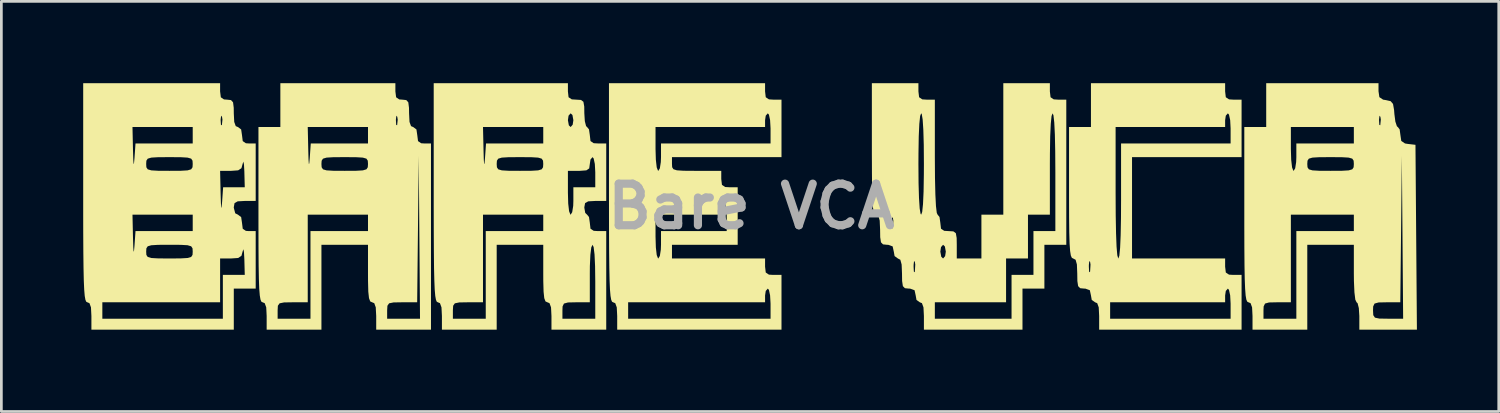
<source format=kicad_pcb>
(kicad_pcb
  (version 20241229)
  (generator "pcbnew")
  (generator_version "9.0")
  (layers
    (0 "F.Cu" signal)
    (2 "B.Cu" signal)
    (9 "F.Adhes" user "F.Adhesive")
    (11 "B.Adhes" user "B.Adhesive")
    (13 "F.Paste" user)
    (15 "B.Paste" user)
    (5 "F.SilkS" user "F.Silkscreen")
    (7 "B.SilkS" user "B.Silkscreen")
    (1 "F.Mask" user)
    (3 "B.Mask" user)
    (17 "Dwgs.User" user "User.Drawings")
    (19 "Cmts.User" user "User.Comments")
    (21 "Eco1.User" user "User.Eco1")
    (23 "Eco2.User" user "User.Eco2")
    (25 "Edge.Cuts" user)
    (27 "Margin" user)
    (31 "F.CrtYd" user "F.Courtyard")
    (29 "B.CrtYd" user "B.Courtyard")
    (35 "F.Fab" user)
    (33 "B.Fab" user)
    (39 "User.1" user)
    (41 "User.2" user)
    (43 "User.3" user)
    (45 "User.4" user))
  (footprint "Bare VCA"
    (layer "F.Cu")
    (at 24.496 4.518)
    (property "Reference" "Bare VCA" (at 0 0 0) (layer "F.Fab") (effects (font (size 1.524 1.524) (thickness 0.3))))
    (attr board_only exclude_from_pos_files exclude_from_bom)
    (fp_poly (pts (xy 17.368 -4.217) (xy 17.393 -4.003) (xy 17.511 -3.925) (xy 17.67 -3.915) (xy 17.971 -3.915) (xy 17.971 -1.807) (xy 13.955 -1.807) (xy 13.955 1.908) (xy 17.368 1.908) (xy 17.368 2.209) (xy 17.393 2.422) (xy 17.511 2.501) (xy 17.67 2.51) (xy 17.971 2.51) (xy 17.971 4.518) (xy 12.75 4.518) (xy 12.75 4.016) (xy 12.734 3.7) (xy 12.678 3.546) (xy 12.6 3.514) (xy 13.152 3.514) (xy 13.152 4.116) (xy 17.569 4.116) (xy 17.569 3.564) (xy 17.553 3.262) (xy 17.51 3.061) (xy 17.469 3.012) (xy 17.393 3.098) (xy 17.368 3.263) (xy 17.368 3.514) (xy 13.152 3.514) (xy 12.6 3.514) (xy 12.478 3.427) (xy 12.449 3.263) (xy 12.408 3.072) (xy 12.244 3.013) (xy 12.198 3.012) (xy 12.054 2.998) (xy 11.979 2.922) (xy 11.951 2.735) (xy 11.947 2.46) (xy 11.937 2.209) (xy 12.372 2.209) (xy 12.382 2.391) (xy 12.408 2.413) (xy 12.418 2.384) (xy 12.433 2.13) (xy 12.418 2.033) (xy 12.389 2.002) (xy 12.373 2.141) (xy 12.372 2.209) (xy 11.937 2.209) (xy 11.934 2.127) (xy 11.886 1.955) (xy 11.796 1.908) (xy 11.749 1.884) (xy 11.712 1.8) (xy 11.685 1.633) (xy 11.666 1.359) (xy 11.654 0.956) (xy 11.648 0.403) (xy 11.646 -0.324) (xy 11.646 -0.502) (xy 11.646 -2.911) (xy 12.449 -2.911) (xy 13.353 -2.911) (xy 13.353 -0.502) (xy 13.357 0.325) (xy 13.369 0.988) (xy 13.388 1.479) (xy 13.415 1.788) (xy 13.449 1.907) (xy 13.453 1.908) (xy 13.489 1.809) (xy 13.518 1.521) (xy 13.538 1.054) (xy 13.55 0.419) (xy 13.553 -0.201) (xy 13.553 -2.309) (xy 17.569 -2.309) (xy 17.569 -2.861) (xy 17.553 -3.164) (xy 17.51 -3.364) (xy 17.469 -3.413) (xy 17.393 -3.328) (xy 17.368 -3.162) (xy 17.368 -2.911) (xy 13.353 -2.911) (xy 12.449 -2.911) (xy 12.449 -4.518) (xy 17.368 -4.518)) (stroke (width 0) (type solid)) (fill yes) (layer "F.SilkS"))
    (fp_poly (pts (xy 0.502 -4.217) (xy 0.527 -4.003) (xy 0.644 -3.925) (xy 0.803 -3.915) (xy 1.104 -3.915) (xy 1.104 -1.807) (xy -2.911 -1.807) (xy -2.911 -1.556) (xy -2.904 -1.437) (xy -2.857 -1.364) (xy -2.731 -1.324) (xy -2.487 -1.308) (xy -2.088 -1.305) (xy -2.008 -1.305) (xy -1.104 -1.305) (xy -1.104 -1.004) (xy -1.079 -0.791) (xy -0.962 -0.712) (xy -0.803 -0.703) (xy -0.502 -0.703) (xy -0.502 1.406) (xy -2.911 1.406) (xy -2.911 1.908) (xy 0.502 1.908) (xy 0.502 2.209) (xy 0.527 2.422) (xy 0.644 2.501) (xy 0.803 2.51) (xy 1.104 2.51) (xy 1.104 4.518) (xy -4.919 4.518) (xy -4.919 4.016) (xy -4.935 3.7) (xy -4.991 3.546) (xy -5.07 3.514) (xy -4.518 3.514) (xy -4.518 4.116) (xy 0.703 4.116) (xy 0.703 3.564) (xy 0.686 3.262) (xy 0.644 3.061) (xy 0.602 3.012) (xy 0.527 3.098) (xy 0.502 3.263) (xy 0.502 3.514) (xy -4.518 3.514) (xy -5.07 3.514) (xy -5.108 3.494) (xy -5.139 3.421) (xy -5.164 3.28) (xy -5.184 3.05) (xy -5.198 2.716) (xy -5.208 2.26) (xy -5.215 1.664) (xy -5.219 0.909) (xy -5.22 0.301) (xy -3.514 0.301) (xy -3.514 1.104) (xy -3.502 1.502) (xy -3.47 1.782) (xy -3.422 1.905) (xy -3.413 1.908) (xy -3.356 1.817) (xy -3.32 1.586) (xy -3.313 1.406) (xy -3.313 0.904) (xy -0.904 0.904) (xy -0.904 0.351) (xy -0.92 0.049) (xy -0.963 -0.152) (xy -1.004 -0.201) (xy -1.079 -0.115) (xy -1.104 0.05) (xy -1.104 0.301) (xy -3.514 0.301) (xy -5.22 0.301) (xy -5.22 -0.02) (xy -5.221 -0.502) (xy -5.221 -2.911) (xy -3.514 -2.911) (xy -3.514 -2.108) (xy -3.502 -1.711) (xy -3.47 -1.431) (xy -3.422 -1.308) (xy -3.413 -1.305) (xy -3.356 -1.395) (xy -3.32 -1.626) (xy -3.313 -1.807) (xy -3.313 -2.309) (xy 0.703 -2.309) (xy 0.703 -2.861) (xy 0.686 -3.164) (xy 0.644 -3.364) (xy 0.602 -3.413) (xy 0.527 -3.328) (xy 0.502 -3.162) (xy 0.502 -2.911) (xy -3.514 -2.911) (xy -5.221 -2.911) (xy -5.221 -4.518) (xy 0.502 -4.518)) (stroke (width 0) (type solid)) (fill yes) (layer "F.SilkS"))
    (fp_poly (pts (xy -13.051 -4.217) (xy -13.024 -4.001) (xy -12.91 -3.923) (xy -12.8 -3.915) (xy -12.651 -3.899) (xy -12.577 -3.816) (xy -12.552 -3.615) (xy -12.549 -3.413) (xy -12.533 -3.098) (xy -12.477 -2.944) (xy -12.399 -2.911) (xy -12.279 -2.822) (xy -12.248 -2.61) (xy -12.221 -2.395) (xy -12.106 -2.316) (xy -11.997 -2.309) (xy -11.746 -2.309) (xy -11.746 4.518) (xy -13.754 4.518) (xy -13.754 4.016) (xy -13.765 3.812) (xy -13.353 3.812) (xy -13.353 4.116) (xy -12.148 4.116) (xy -12.195 -1.857) (xy -12.223 0.828) (xy -12.252 3.514) (xy -12.802 3.514) (xy -13.117 3.519) (xy -13.281 3.552) (xy -13.343 3.641) (xy -13.353 3.812) (xy -13.765 3.812) (xy -13.77 3.7) (xy -13.826 3.546) (xy -13.905 3.514) (xy -13.974 3.482) (xy -14.018 3.363) (xy -14.044 3.126) (xy -14.054 2.737) (xy -14.055 2.46) (xy -14.055 1.406) (xy -15.762 1.406) (xy -15.762 4.518) (xy -17.77 4.518) (xy -17.77 4.016) (xy -17.78 3.81) (xy -17.368 3.81) (xy -17.368 4.116) (xy -16.164 4.116) (xy -16.164 0.904) (xy -14.055 0.904) (xy -14.055 0.301) (xy -16.264 0.301) (xy -16.264 3.514) (xy -16.816 3.514) (xy -17.132 3.519) (xy -17.296 3.552) (xy -17.359 3.64) (xy -17.368 3.81) (xy -17.78 3.81) (xy -17.786 3.7) (xy -17.842 3.546) (xy -17.921 3.514) (xy -17.963 3.493) (xy -17.996 3.416) (xy -18.022 3.264) (xy -18.042 3.017) (xy -18.055 2.656) (xy -18.064 2.16) (xy -18.069 1.511) (xy -18.071 0.689) (xy -18.071 0.301) (xy -18.071 -2.911) (xy -17.268 -2.911) (xy -16.264 -2.911) (xy -16.245 -2.083) (xy -16.235 -1.722) (xy -16.223 -1.556) (xy -16.223 -1.556) (xy -15.762 -1.556) (xy -15.754 -1.435) (xy -15.704 -1.36) (xy -15.572 -1.322) (xy -15.319 -1.307) (xy -14.909 -1.305) (xy -14.495 -1.307) (xy -14.243 -1.322) (xy -14.112 -1.361) (xy -14.063 -1.436) (xy -14.055 -1.556) (xy -14.063 -1.678) (xy -14.113 -1.752) (xy -14.245 -1.79) (xy -14.499 -1.805) (xy -14.909 -1.807) (xy -15.322 -1.805) (xy -15.574 -1.79) (xy -15.705 -1.751) (xy -15.754 -1.677) (xy -15.762 -1.556) (xy -16.223 -1.556) (xy -16.208 -1.578) (xy -16.19 -1.781) (xy -16.19 -1.782) (xy -16.153 -2.309) (xy -14.055 -2.309) (xy -14.055 -2.911) (xy -16.264 -2.911) (xy -17.268 -2.911) (xy -17.268 -3.162) (xy -13.032 -3.162) (xy -13.021 -2.991) (xy -12.99 -2.976) (xy -12.986 -2.985) (xy -12.966 -3.184) (xy -12.982 -3.286) (xy -13.014 -3.327) (xy -13.031 -3.194) (xy -13.032 -3.162) (xy -17.268 -3.162) (xy -17.268 -4.518) (xy -13.051 -4.518)) (stroke (width 0) (type solid)) (fill yes) (layer "F.SilkS"))
    (fp_poly (pts (xy 22.991 -4.223) (xy 23.023 -4.006) (xy 23.159 -3.915) (xy 23.267 -3.897) (xy 23.436 -3.859) (xy 23.523 -3.757) (xy 23.562 -3.535) (xy 23.573 -3.388) (xy 23.609 -3.11) (xy 23.666 -2.938) (xy 23.699 -2.911) (xy 23.766 -2.824) (xy 23.794 -2.617) (xy 23.826 -2.4) (xy 23.963 -2.308) (xy 24.07 -2.291) (xy 24.346 -2.259) (xy 24.399 4.518) (xy 22.288 4.518) (xy 22.288 4.016) (xy 22.275 3.815) (xy 22.79 3.815) (xy 22.799 3.987) (xy 22.86 4.077) (xy 23.021 4.111) (xy 23.333 4.116) (xy 23.342 4.116) (xy 23.894 4.116) (xy 23.847 -1.857) (xy 23.819 0.828) (xy 23.79 3.514) (xy 23.29 3.514) (xy 22.994 3.52) (xy 22.846 3.561) (xy 22.795 3.667) (xy 22.79 3.815) (xy 22.275 3.815) (xy 22.27 3.729) (xy 22.224 3.548) (xy 22.187 3.514) (xy 22.141 3.418) (xy 22.108 3.149) (xy 22.09 2.734) (xy 22.087 2.46) (xy 22.087 1.406) (xy 20.38 1.406) (xy 20.38 4.518) (xy 18.372 4.518) (xy 18.372 4.016) (xy 18.362 3.815) (xy 18.774 3.815) (xy 18.774 4.116) (xy 19.979 4.116) (xy 19.979 0.904) (xy 22.087 0.904) (xy 22.087 0.301) (xy 19.778 0.301) (xy 19.778 3.514) (xy 19.276 3.514) (xy 18.979 3.52) (xy 18.831 3.561) (xy 18.78 3.666) (xy 18.774 3.815) (xy 18.362 3.815) (xy 18.356 3.7) (xy 18.3 3.546) (xy 18.222 3.514) (xy 18.18 3.493) (xy 18.146 3.416) (xy 18.12 3.264) (xy 18.101 3.017) (xy 18.087 2.656) (xy 18.078 2.16) (xy 18.073 1.511) (xy 18.071 0.689) (xy 18.071 0.301) (xy 18.071 -2.911) (xy 18.874 -2.911) (xy 19.778 -2.911) (xy 19.778 -2.108) (xy 19.79 -1.711) (xy 19.822 -1.431) (xy 19.869 -1.308) (xy 19.878 -1.305) (xy 19.936 -1.395) (xy 19.961 -1.556) (xy 20.38 -1.556) (xy 20.388 -1.435) (xy 20.438 -1.36) (xy 20.57 -1.322) (xy 20.824 -1.307) (xy 21.234 -1.305) (xy 21.647 -1.307) (xy 21.899 -1.322) (xy 22.03 -1.361) (xy 22.079 -1.436) (xy 22.087 -1.556) (xy 22.079 -1.678) (xy 22.029 -1.752) (xy 21.897 -1.79) (xy 21.644 -1.805) (xy 21.234 -1.807) (xy 20.82 -1.805) (xy 20.568 -1.79) (xy 20.437 -1.751) (xy 20.388 -1.677) (xy 20.38 -1.556) (xy 19.961 -1.556) (xy 19.972 -1.626) (xy 19.979 -1.807) (xy 19.979 -2.309) (xy 22.087 -2.309) (xy 22.087 -2.911) (xy 19.778 -2.911) (xy 18.874 -2.911) (xy 18.874 -3.162) (xy 23.01 -3.162) (xy 23.021 -2.991) (xy 23.052 -2.976) (xy 23.056 -2.985) (xy 23.076 -3.184) (xy 23.06 -3.286) (xy 23.028 -3.327) (xy 23.011 -3.194) (xy 23.01 -3.162) (xy 18.874 -3.162) (xy 18.874 -4.518) (xy 22.991 -4.518)) (stroke (width 0) (type solid)) (fill yes) (layer "F.SilkS"))
    (fp_poly (pts (xy 6.124 -4.217) (xy 6.149 -4.003) (xy 6.266 -3.925) (xy 6.425 -3.915) (xy 6.726 -3.915) (xy 6.726 -1.807) (xy 6.731 -1.046) (xy 6.745 -0.444) (xy 6.767 -0.012) (xy 6.797 0.238) (xy 6.827 0.301) (xy 6.897 0.388) (xy 6.927 0.599) (xy 6.927 0.602) (xy 6.952 0.816) (xy 7.069 0.894) (xy 7.228 0.904) (xy 7.407 0.915) (xy 7.496 0.982) (xy 7.526 1.158) (xy 7.53 1.406) (xy 7.53 1.908) (xy 8.433 1.908) (xy 8.433 0.301) (xy 9.236 0.301) (xy 9.236 -4.518) (xy 10.943 -4.518) (xy 10.943 -4.217) (xy 10.968 -4.003) (xy 11.085 -3.925) (xy 11.244 -3.915) (xy 11.545 -3.915) (xy 11.545 1.406) (xy 10.742 1.406) (xy 10.742 3.012) (xy 9.939 3.012) (xy 9.939 4.518) (xy 6.325 4.518) (xy 6.325 4.016) (xy 6.309 3.7) (xy 6.253 3.546) (xy 6.174 3.514) (xy 6.726 3.514) (xy 6.726 4.116) (xy 9.538 4.116) (xy 9.538 2.51) (xy 10.341 2.51) (xy 10.341 0.904) (xy 11.144 0.904) (xy 11.144 -1.255) (xy 11.139 -2.027) (xy 11.126 -2.64) (xy 11.104 -3.081) (xy 11.074 -3.342) (xy 11.043 -3.413) (xy 11.005 -3.315) (xy 10.976 -3.029) (xy 10.955 -2.569) (xy 10.945 -1.947) (xy 10.943 -1.556) (xy 10.943 0.301) (xy 10.14 0.301) (xy 10.14 1.908) (xy 9.337 1.908) (xy 9.337 3.514) (xy 6.726 3.514) (xy 6.174 3.514) (xy 6.053 3.427) (xy 6.024 3.263) (xy 5.982 3.072) (xy 5.819 3.013) (xy 5.773 3.012) (xy 5.629 2.998) (xy 5.554 2.922) (xy 5.526 2.735) (xy 5.522 2.46) (xy 5.512 2.209) (xy 5.947 2.209) (xy 5.957 2.391) (xy 5.983 2.413) (xy 5.993 2.384) (xy 6.008 2.13) (xy 5.993 2.033) (xy 5.963 2.002) (xy 5.948 2.141) (xy 5.947 2.209) (xy 5.512 2.209) (xy 5.508 2.127) (xy 5.461 1.955) (xy 5.371 1.908) (xy 5.25 1.82) (xy 5.221 1.657) (xy 6.927 1.657) (xy 6.962 1.845) (xy 7.028 1.908) (xy 7.103 1.822) (xy 7.128 1.657) (xy 7.094 1.468) (xy 7.028 1.406) (xy 6.952 1.491) (xy 6.927 1.657) (xy 5.221 1.657) (xy 5.179 1.465) (xy 5.016 1.407) (xy 4.97 1.406) (xy 4.826 1.391) (xy 4.751 1.315) (xy 4.723 1.129) (xy 4.719 0.853) (xy 4.708 0.602) (xy 5.143 0.602) (xy 5.154 0.785) (xy 5.18 0.807) (xy 5.189 0.778) (xy 5.205 0.523) (xy 5.189 0.427) (xy 5.16 0.395) (xy 5.144 0.534) (xy 5.143 0.602) (xy 4.708 0.602) (xy 4.705 0.52) (xy 4.658 0.349) (xy 4.568 0.301) (xy 4.52 0.278) (xy 4.483 0.194) (xy 4.456 0.026) (xy 4.438 -0.248) (xy 4.426 -0.65) (xy 4.42 -1.203) (xy 4.419 -1.556) (xy 6.124 -1.556) (xy 6.129 -0.853) (xy 6.145 -0.306) (xy 6.17 0.074) (xy 6.203 0.273) (xy 6.225 0.301) (xy 6.262 0.203) (xy 6.292 -0.083) (xy 6.313 -0.543) (xy 6.323 -1.166) (xy 6.325 -1.556) (xy 6.32 -2.259) (xy 6.304 -2.807) (xy 6.279 -3.187) (xy 6.246 -3.386) (xy 6.225 -3.413) (xy 6.187 -3.315) (xy 6.157 -3.029) (xy 6.136 -2.569) (xy 6.126 -1.947) (xy 6.124 -1.556) (xy 4.419 -1.556) (xy 4.417 -1.93) (xy 4.417 -2.108) (xy 4.417 -4.518) (xy 6.124 -4.518)) (stroke (width 0) (type solid)) (fill yes) (layer "F.SilkS"))
    (fp_poly (pts (xy -19.477 -4.217) (xy -19.45 -4.001) (xy -19.335 -3.923) (xy -19.226 -3.915) (xy -19.077 -3.899) (xy -19.002 -3.816) (xy -18.977 -3.615) (xy -18.975 -3.413) (xy -18.959 -3.098) (xy -18.903 -2.944) (xy -18.824 -2.911) (xy -18.705 -2.822) (xy -18.674 -2.61) (xy -18.647 -2.395) (xy -18.532 -2.316) (xy -18.423 -2.309) (xy -18.172 -2.309) (xy -18.172 -0.201) (xy -18.573 -0.201) (xy -18.832 -0.187) (xy -18.947 -0.122) (xy -18.975 0.028) (xy -18.975 0.05) (xy -18.922 0.252) (xy -18.824 0.301) (xy -18.705 0.391) (xy -18.674 0.602) (xy -18.647 0.818) (xy -18.532 0.896) (xy -18.423 0.904) (xy -18.172 0.904) (xy -18.172 3.012) (xy -18.975 3.012) (xy -18.975 4.518) (xy -24.195 4.518) (xy -24.195 4.016) (xy -24.211 3.7) (xy -24.267 3.546) (xy -24.346 3.514) (xy -23.794 3.514) (xy -23.794 4.116) (xy -19.376 4.116) (xy -19.376 2.51) (xy -18.573 2.51) (xy -18.588 1.933) (xy -18.602 1.675) (xy -18.623 1.57) (xy -18.645 1.631) (xy -18.695 1.811) (xy -18.815 1.89) (xy -19.067 1.907) (xy -19.082 1.908) (xy -19.477 1.908) (xy -19.477 3.514) (xy -23.794 3.514) (xy -24.346 3.514) (xy -24.384 3.494) (xy -24.415 3.421) (xy -24.44 3.28) (xy -24.459 3.05) (xy -24.474 2.716) (xy -24.484 2.26) (xy -24.491 1.664) (xy -24.495 0.909) (xy -24.496 0.301) (xy -22.689 0.301) (xy -22.671 1.129) (xy -22.66 1.49) (xy -22.648 1.657) (xy -22.648 1.657) (xy -22.187 1.657) (xy -22.18 1.778) (xy -22.13 1.852) (xy -21.998 1.891) (xy -21.744 1.905) (xy -21.334 1.908) (xy -20.921 1.905) (xy -20.669 1.89) (xy -20.538 1.852) (xy -20.488 1.777) (xy -20.481 1.657) (xy -20.488 1.535) (xy -20.538 1.461) (xy -20.67 1.422) (xy -20.924 1.408) (xy -21.334 1.406) (xy -21.747 1.408) (xy -21.999 1.423) (xy -22.13 1.461) (xy -22.18 1.536) (xy -22.187 1.657) (xy -22.648 1.657) (xy -22.634 1.635) (xy -22.615 1.432) (xy -22.615 1.431) (xy -22.578 0.904) (xy -20.481 0.904) (xy -20.481 0.301) (xy -22.689 0.301) (xy -24.496 0.301) (xy -24.496 -0.02) (xy -24.496 -0.502) (xy -24.496 -2.911) (xy -22.689 -2.911) (xy -22.671 -2.083) (xy -22.66 -1.722) (xy -22.648 -1.556) (xy -22.648 -1.556) (xy -22.187 -1.556) (xy -22.18 -1.435) (xy -22.13 -1.36) (xy -21.998 -1.322) (xy -21.744 -1.307) (xy -21.334 -1.305) (xy -19.477 -1.305) (xy -19.458 -0.477) (xy -19.447 -0.116) (xy -19.435 0.05) (xy -19.421 0.029) (xy -19.403 -0.175) (xy -19.403 -0.176) (xy -19.366 -0.703) (xy -18.573 -0.703) (xy -18.588 -1.28) (xy -18.602 -1.537) (xy -18.623 -1.642) (xy -18.645 -1.581) (xy -18.695 -1.401) (xy -18.815 -1.323) (xy -19.067 -1.305) (xy -19.082 -1.305) (xy -19.477 -1.305) (xy -21.334 -1.305) (xy -20.921 -1.307) (xy -20.669 -1.322) (xy -20.538 -1.361) (xy -20.488 -1.436) (xy -20.481 -1.556) (xy -20.488 -1.678) (xy -20.538 -1.752) (xy -20.67 -1.79) (xy -20.924 -1.805) (xy -21.334 -1.807) (xy -21.747 -1.805) (xy -21.999 -1.79) (xy -22.13 -1.751) (xy -22.18 -1.677) (xy -22.187 -1.556) (xy -22.648 -1.556) (xy -22.634 -1.578) (xy -22.615 -1.781) (xy -22.615 -1.782) (xy -22.578 -2.309) (xy -20.481 -2.309) (xy -20.481 -2.911) (xy -22.689 -2.911) (xy -24.496 -2.911) (xy -24.496 -3.162) (xy -19.457 -3.162) (xy -19.446 -2.991) (xy -19.415 -2.976) (xy -19.411 -2.985) (xy -19.391 -3.184) (xy -19.407 -3.286) (xy -19.439 -3.327) (xy -19.456 -3.194) (xy -19.457 -3.162) (xy -24.496 -3.162) (xy -24.496 -4.518) (xy -19.477 -4.518)) (stroke (width 0) (type solid)) (fill yes) (layer "F.SilkS"))
    (fp_poly (pts (xy -6.726 -4.217) (xy -6.702 -4.003) (xy -6.584 -3.925) (xy -6.425 -3.915) (xy -6.247 -3.904) (xy -6.158 -3.837) (xy -6.127 -3.661) (xy -6.124 -3.413) (xy -6.106 -3.127) (xy -6.06 -2.945) (xy -6.024 -2.911) (xy -5.953 -2.824) (xy -5.923 -2.614) (xy -5.923 -2.61) (xy -5.898 -2.397) (xy -5.781 -2.318) (xy -5.622 -2.309) (xy -5.321 -2.309) (xy -5.321 -0.201) (xy -5.723 -0.201) (xy -5.981 -0.187) (xy -6.096 -0.122) (xy -6.124 0.028) (xy -6.124 0.05) (xy -6.09 0.239) (xy -6.024 0.301) (xy -5.953 0.388) (xy -5.923 0.599) (xy -5.923 0.602) (xy -5.898 0.816) (xy -5.781 0.894) (xy -5.622 0.904) (xy -5.321 0.904) (xy -5.321 4.518) (xy -7.329 4.518) (xy -7.329 4.016) (xy -7.339 3.815) (xy -6.927 3.815) (xy -6.927 4.116) (xy -5.723 4.116) (xy -5.723 2.761) (xy -5.73 2.188) (xy -5.75 1.759) (xy -5.783 1.491) (xy -5.823 1.406) (xy -5.869 1.501) (xy -5.902 1.77) (xy -5.921 2.186) (xy -5.923 2.46) (xy -5.923 3.514) (xy -6.425 3.514) (xy -6.722 3.52) (xy -6.871 3.561) (xy -6.922 3.666) (xy -6.927 3.815) (xy -7.339 3.815) (xy -7.345 3.7) (xy -7.401 3.546) (xy -7.479 3.514) (xy -7.548 3.482) (xy -7.593 3.363) (xy -7.618 3.126) (xy -7.629 2.737) (xy -7.63 2.46) (xy -7.63 1.406) (xy -9.337 1.406) (xy -9.337 4.518) (xy -11.345 4.518) (xy -11.345 4.016) (xy -11.355 3.815) (xy -10.943 3.815) (xy -10.943 4.116) (xy -9.738 4.116) (xy -9.738 0.904) (xy -7.63 0.904) (xy -7.63 0.301) (xy -9.839 0.301) (xy -9.839 3.514) (xy -10.391 3.514) (xy -10.707 3.519) (xy -10.871 3.552) (xy -10.933 3.64) (xy -10.943 3.81) (xy -10.943 3.815) (xy -11.355 3.815) (xy -11.361 3.7) (xy -11.417 3.546) (xy -11.495 3.514) (xy -11.533 3.494) (xy -11.564 3.421) (xy -11.589 3.28) (xy -11.609 3.05) (xy -11.623 2.716) (xy -11.634 2.26) (xy -11.64 1.664) (xy -11.644 0.909) (xy -11.646 -0.02) (xy -11.646 -0.502) (xy -11.646 -2.911) (xy -9.839 -2.911) (xy -9.82 -2.083) (xy -9.81 -1.722) (xy -9.798 -1.556) (xy -9.797 -1.556) (xy -9.337 -1.556) (xy -9.329 -1.435) (xy -9.279 -1.36) (xy -9.147 -1.322) (xy -8.893 -1.307) (xy -8.483 -1.305) (xy -6.726 -1.305) (xy -6.726 -0.502) (xy -6.715 -0.104) (xy -6.683 0.175) (xy -6.635 0.299) (xy -6.626 0.301) (xy -6.569 0.211) (xy -6.532 -0.02) (xy -6.526 -0.201) (xy -6.526 -0.703) (xy -5.723 -0.703) (xy -5.723 -1.255) (xy -5.739 -1.557) (xy -5.782 -1.758) (xy -5.823 -1.807) (xy -5.898 -1.721) (xy -5.923 -1.556) (xy -5.945 -1.394) (xy -6.049 -1.323) (xy -6.29 -1.305) (xy -6.325 -1.305) (xy -6.726 -1.305) (xy -8.483 -1.305) (xy -8.07 -1.307) (xy -7.818 -1.322) (xy -7.687 -1.361) (xy -7.638 -1.436) (xy -7.63 -1.556) (xy -7.638 -1.678) (xy -7.688 -1.752) (xy -7.82 -1.79) (xy -8.073 -1.805) (xy -8.483 -1.807) (xy -8.897 -1.805) (xy -9.149 -1.79) (xy -9.28 -1.751) (xy -9.329 -1.677) (xy -9.337 -1.556) (xy -9.797 -1.556) (xy -9.783 -1.578) (xy -9.765 -1.781) (xy -9.765 -1.782) (xy -9.728 -2.309) (xy -7.63 -2.309) (xy -7.63 -2.911) (xy -9.839 -2.911) (xy -11.646 -2.911) (xy -11.646 -3.162) (xy -6.726 -3.162) (xy -6.692 -2.974) (xy -6.626 -2.911) (xy -6.551 -2.997) (xy -6.526 -3.162) (xy -6.56 -3.351) (xy -6.626 -3.413) (xy -6.702 -3.328) (xy -6.726 -3.162) (xy -11.646 -3.162) (xy -11.646 -4.518) (xy -6.726 -4.518)) (stroke (width 0) (type solid)) (fill yes) (layer "F.SilkS")))
  (gr_rect
    (start -3 -3)
    (end 51.895 12.036)
    (stroke (width 0.1) (type default))
    (fill no)
    (layer "Edge.Cuts")))
</source>
